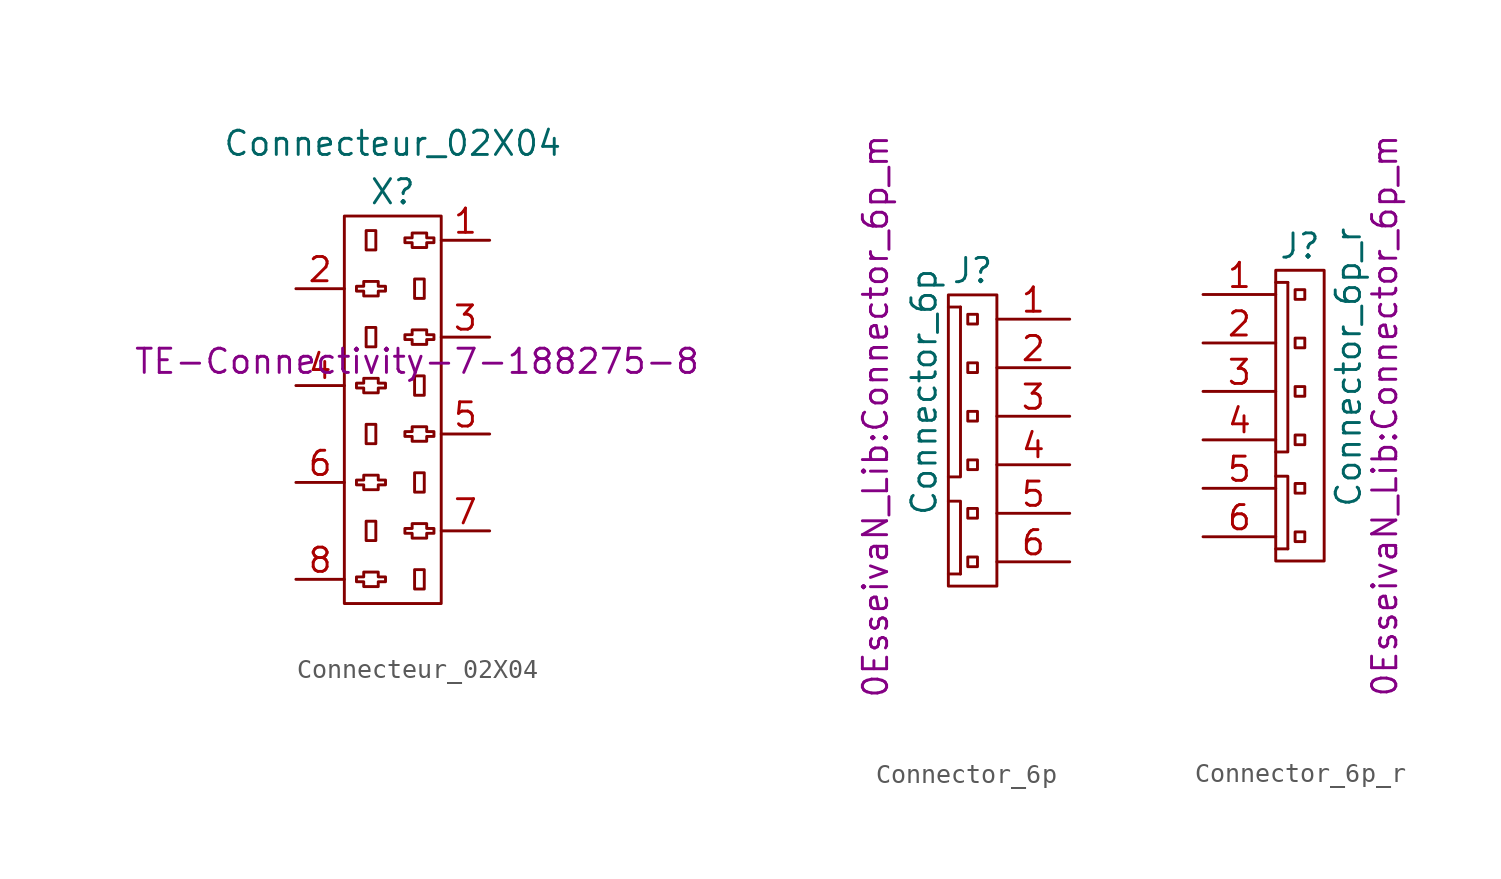
<source format=kicad_sym>
(kicad_symbol_lib
  (version 20211014)
  (generator kicad_symbol_editor)
  (symbol "Connecteur_02X04"
    (pin_names
      (offset 1.016) hide)
    (property "Reference" "X"
      (at 0 10.16 0)
      (effects (font (size 1.27 1.27))))
    (property "Value" "Connecteur_02X04"
      (at 0 12.7 0)
      (effects (font (size 1.27 1.27))))
    (property "Footprint" ""
      (at 1.27 1.27 0)
      (effects (font (size 1.27 1.27))))
    (property "Datasheet" "TE-Connectivity-7-188275-8"
      (at 1.27 1.27 0)
      (effects (font (size 1.27 1.27))))
    (symbol "Connecteur_02X04_0_1"
      (rectangle (start -2.54 8.89) (end 2.54 -11.43) (stroke (width 0) (type default) (color 0 0 0 0)) (fill (type none)))
      (polyline (pts (xy -1.397 -7.112) (xy -1.397 -8.128) (xy -0.889 -8.128) (xy -0.889 -7.112) (xy -1.397 -7.112)) (stroke (width 0) (type default) (color 0 0 0 0)) (fill (type none)))
      (polyline (pts (xy -1.397 -2.032) (xy -1.397 -3.048) (xy -0.889 -3.048) (xy -0.889 -2.032) (xy -1.397 -2.032)) (stroke (width 0) (type default) (color 0 0 0 0)) (fill (type none)))
      (polyline (pts (xy -1.397 3.048) (xy -1.397 2.032) (xy -0.889 2.032) (xy -0.889 3.048) (xy -1.397 3.048)) (stroke (width 0) (type default) (color 0 0 0 0)) (fill (type none)))
      (polyline (pts (xy -1.397 8.128) (xy -1.397 7.112) (xy -0.889 7.112) (xy -0.889 8.128) (xy -1.397 8.128)) (stroke (width 0) (type default) (color 0 0 0 0)) (fill (type none)))
      (polyline (pts (xy 1.143 -9.652) (xy 1.143 -10.668) (xy 1.651 -10.668) (xy 1.651 -9.652) (xy 1.143 -9.652)) (stroke (width 0) (type default) (color 0 0 0 0)) (fill (type none)))
      (polyline (pts (xy 1.143 -4.572) (xy 1.143 -5.588) (xy 1.651 -5.588) (xy 1.651 -4.572) (xy 1.143 -4.572)) (stroke (width 0) (type default) (color 0 0 0 0)) (fill (type none)))
      (polyline (pts (xy 1.143 0.508) (xy 1.143 -0.508) (xy 1.651 -0.508) (xy 1.651 0.508) (xy 1.143 0.508)) (stroke (width 0) (type default) (color 0 0 0 0)) (fill (type none)))
      (polyline (pts (xy 1.143 5.588) (xy 1.143 4.572) (xy 1.651 4.572) (xy 1.651 5.588) (xy 1.143 5.588)) (stroke (width 0) (type default) (color 0 0 0 0)) (fill (type none)))
      (polyline (pts (xy -1.905 -10.033) (xy -1.524 -10.033) (xy -1.524 -9.906) (xy -1.524 -9.779) (xy -0.762 -9.779) (xy -0.762 -10.033) (xy -0.381 -10.033) (xy -0.381 -10.287) (xy -0.762 -10.287) (xy -0.762 -10.541) (xy -0.889 -10.541) (xy -1.524 -10.541) (xy -1.524 -10.287) (xy -1.905 -10.287) (xy -1.905 -10.033)) (stroke (width 0) (type default) (color 0 0 0 0)) (fill (type none)))
      (polyline (pts (xy -1.905 -4.953) (xy -1.524 -4.953) (xy -1.524 -4.826) (xy -1.524 -4.699) (xy -0.762 -4.699) (xy -0.762 -4.953) (xy -0.381 -4.953) (xy -0.381 -5.207) (xy -0.762 -5.207) (xy -0.762 -5.461) (xy -0.889 -5.461) (xy -1.524 -5.461) (xy -1.524 -5.207) (xy -1.905 -5.207) (xy -1.905 -4.953)) (stroke (width 0) (type default) (color 0 0 0 0)) (fill (type none)))
      (polyline (pts (xy -1.905 0.127) (xy -1.524 0.127) (xy -1.524 0.254) (xy -1.524 0.381) (xy -0.762 0.381) (xy -0.762 0.127) (xy -0.381 0.127) (xy -0.381 -0.127) (xy -0.762 -0.127) (xy -0.762 -0.381) (xy -0.889 -0.381) (xy -1.524 -0.381) (xy -1.524 -0.127) (xy -1.905 -0.127) (xy -1.905 0.127)) (stroke (width 0) (type default) (color 0 0 0 0)) (fill (type none)))
      (polyline (pts (xy -1.905 5.207) (xy -1.524 5.207) (xy -1.524 5.334) (xy -1.524 5.461) (xy -0.762 5.461) (xy -0.762 5.207) (xy -0.381 5.207) (xy -0.381 4.953) (xy -0.762 4.953) (xy -0.762 4.699) (xy -0.889 4.699) (xy -1.524 4.699) (xy -1.524 4.953) (xy -1.905 4.953) (xy -1.905 5.207)) (stroke (width 0) (type default) (color 0 0 0 0)) (fill (type none)))
      (polyline (pts (xy 0.635 -7.493) (xy 1.016 -7.493) (xy 1.016 -7.366) (xy 1.016 -7.239) (xy 1.778 -7.239) (xy 1.778 -7.493) (xy 2.159 -7.493) (xy 2.159 -7.747) (xy 1.778 -7.747) (xy 1.778 -8.001) (xy 1.651 -8.001) (xy 1.016 -8.001) (xy 1.016 -7.747) (xy 0.635 -7.747) (xy 0.635 -7.493)) (stroke (width 0) (type default) (color 0 0 0 0)) (fill (type none)))
      (polyline (pts (xy 0.635 -2.413) (xy 1.016 -2.413) (xy 1.016 -2.286) (xy 1.016 -2.159) (xy 1.778 -2.159) (xy 1.778 -2.413) (xy 2.159 -2.413) (xy 2.159 -2.667) (xy 1.778 -2.667) (xy 1.778 -2.921) (xy 1.651 -2.921) (xy 1.016 -2.921) (xy 1.016 -2.667) (xy 0.635 -2.667) (xy 0.635 -2.413)) (stroke (width 0) (type default) (color 0 0 0 0)) (fill (type none)))
      (polyline (pts (xy 0.635 2.667) (xy 1.016 2.667) (xy 1.016 2.794) (xy 1.016 2.921) (xy 1.778 2.921) (xy 1.778 2.667) (xy 2.159 2.667) (xy 2.159 2.413) (xy 1.778 2.413) (xy 1.778 2.159) (xy 1.651 2.159) (xy 1.016 2.159) (xy 1.016 2.413) (xy 0.635 2.413) (xy 0.635 2.667)) (stroke (width 0) (type default) (color 0 0 0 0)) (fill (type none)))
      (polyline (pts (xy 0.635 7.747) (xy 1.016 7.747) (xy 1.016 7.874) (xy 1.016 8.001) (xy 1.778 8.001) (xy 1.778 7.747) (xy 2.159 7.747) (xy 2.159 7.493) (xy 1.778 7.493) (xy 1.778 7.239) (xy 1.651 7.239) (xy 1.016 7.239) (xy 1.016 7.493) (xy 0.635 7.493) (xy 0.635 7.747)) (stroke (width 0) (type default) (color 0 0 0 0)) (fill (type none))))
    (symbol "Connecteur_02X04_1_1"
      (pin power_out line (at 5.08 7.62 180) (length 2.54) (name "P1" (effects (font (size 1.27 1.27)))) (number "1" (effects (font (size 1.27 1.27)))))
      (pin power_out line (at -5.08 5.08 0) (length 2.54) (name "P2" (effects (font (size 1.27 1.27)))) (number "2" (effects (font (size 1.27 1.27)))))
      (pin passive line (at 5.08 2.54 180) (length 2.54) (name "P3" (effects (font (size 1.27 1.27)))) (number "3" (effects (font (size 1.27 1.27)))))
      (pin passive line (at -5.08 0 0) (length 2.54) (name "P4" (effects (font (size 1.27 1.27)))) (number "4" (effects (font (size 1.27 1.27)))))
      (pin passive line (at 5.08 -2.54 180) (length 2.54) (name "P5" (effects (font (size 1.27 1.27)))) (number "5" (effects (font (size 1.27 1.27)))))
      (pin passive line (at -5.08 -5.08 0) (length 2.54) (name "P6" (effects (font (size 1.27 1.27)))) (number "6" (effects (font (size 1.27 1.27)))))
      (pin output line (at 5.08 -7.62 180) (length 2.54) (name "P7" (effects (font (size 1.27 1.27)))) (number "7" (effects (font (size 1.27 1.27)))))
      (pin input line (at -5.08 -10.16 0) (length 2.54) (name "P8" (effects (font (size 1.27 1.27)))) (number "8" (effects (font (size 1.27 1.27)))))))
  (symbol "Connector_6p"
    (pin_names
      (offset 1.016) hide)
    (property "Reference" "J"
      (at 0 8.89 0)
      (effects (font (size 1.27 1.27))))
    (property "Value" "Connector_6p"
      (at -2.54 2.54 90)
      (effects (font (size 1.27 1.27))))
    (property "Footprint" "0EsseivaN_Lib:Connector_6p_m"
      (at -5.08 1.27 90)
      (effects (font (size 1.27 1.27))))
    (property "Datasheet" ""
      (at 3.81 -3.81 0)
      (effects (font (size 1.27 1.27))))
    (symbol "Connector_6p_0_1"
      (polyline (pts (xy -0.635 -6.985) (xy -1.27 -6.985)) (stroke (width 0.152) (type default) (color 0 0 0 0)) (fill (type none)))
      (polyline (pts (xy -0.635 6.985) (xy -1.27 6.985)) (stroke (width 0.152) (type default) (color 0 0 0 0)) (fill (type none)))
      (polyline (pts (xy -1.27 -1.905) (xy -0.635 -1.905) (xy -0.635 6.985)) (stroke (width 0.152) (type default) (color 0 0 0 0)) (fill (type none)))
      (polyline (pts (xy -0.635 -6.985) (xy -0.635 -3.175) (xy -1.27 -3.175)) (stroke (width 0.152) (type default) (color 0 0 0 0)) (fill (type none)))
      (rectangle (start 0.254 -6.096) (end -0.254 -6.604) (stroke (width 0.152) (type default) (color 0 0 0 0)) (fill (type none)))
      (rectangle (start 0.254 -3.556) (end -0.254 -4.064) (stroke (width 0.152) (type default) (color 0 0 0 0)) (fill (type none)))
      (rectangle (start 0.254 -1.016) (end -0.254 -1.524) (stroke (width 0.152) (type default) (color 0 0 0 0)) (fill (type none)))
      (rectangle (start 0.254 1.524) (end -0.254 1.016) (stroke (width 0.152) (type default) (color 0 0 0 0)) (fill (type none)))
      (rectangle (start 0.254 4.064) (end -0.254 3.556) (stroke (width 0.152) (type default) (color 0 0 0 0)) (fill (type none)))
      (rectangle (start 0.254 6.604) (end -0.254 6.096) (stroke (width 0.152) (type default) (color 0 0 0 0)) (fill (type none)))
      (rectangle (start 1.27 7.62) (end -1.27 -7.62) (stroke (width 0) (type default) (color 0 0 0 0)) (fill (type none))))
    (symbol "Connector_6p_1_1"
      (pin passive line (at 5.08 6.35 180) (length 3.81) (name "P1" (effects (font (size 1.27 1.27)))) (number "1" (effects (font (size 1.27 1.27)))))
      (pin passive line (at 5.08 3.81 180) (length 3.81) (name "P2" (effects (font (size 1.27 1.27)))) (number "2" (effects (font (size 1.27 1.27)))))
      (pin passive line (at 5.08 1.27 180) (length 3.81) (name "P3" (effects (font (size 1.27 1.27)))) (number "3" (effects (font (size 1.27 1.27)))))
      (pin passive line (at 5.08 -1.27 180) (length 3.81) (name "P4" (effects (font (size 1.27 1.27)))) (number "4" (effects (font (size 1.27 1.27)))))
      (pin passive line (at 5.08 -3.81 180) (length 3.81) (name "P5" (effects (font (size 1.27 1.27)))) (number "5" (effects (font (size 1.27 1.27)))))
      (pin passive line (at 5.08 -6.35 180) (length 3.81) (name "P6" (effects (font (size 1.27 1.27)))) (number "6" (effects (font (size 1.27 1.27)))))))
  (symbol "Connector_6p_r"
    (pin_names
      (offset 1.016) hide)
    (property "Reference" "J"
      (at 0 8.89 0)
      (effects (font (size 1.27 1.27))))
    (property "Value" "Connector_6p_r"
      (at 2.54 2.54 90)
      (effects (font (size 1.27 1.27))))
    (property "Footprint" "0EsseivaN_Lib:Connector_6p_m"
      (at 4.445 0 90)
      (effects (font (size 1.27 1.27))))
    (property "Datasheet" ""
      (at -3.81 -3.81 0)
      (effects (font (size 1.27 1.27))))
    (symbol "Connector_6p_r_0_1"
      (polyline (pts (xy -0.635 -6.985) (xy -1.27 -6.985)) (stroke (width 0.152) (type default) (color 0 0 0 0)) (fill (type none)))
      (polyline (pts (xy -0.635 6.985) (xy -1.27 6.985)) (stroke (width 0.152) (type default) (color 0 0 0 0)) (fill (type none)))
      (polyline (pts (xy -1.27 -1.905) (xy -0.635 -1.905) (xy -0.635 6.985)) (stroke (width 0.152) (type default) (color 0 0 0 0)) (fill (type none)))
      (polyline (pts (xy -0.635 -6.985) (xy -0.635 -3.175) (xy -1.27 -3.175)) (stroke (width 0.152) (type default) (color 0 0 0 0)) (fill (type none)))
      (rectangle (start 0.254 -6.096) (end -0.254 -6.604) (stroke (width 0.152) (type default) (color 0 0 0 0)) (fill (type none)))
      (rectangle (start 0.254 -3.556) (end -0.254 -4.064) (stroke (width 0.152) (type default) (color 0 0 0 0)) (fill (type none)))
      (rectangle (start 0.254 -1.016) (end -0.254 -1.524) (stroke (width 0.152) (type default) (color 0 0 0 0)) (fill (type none)))
      (rectangle (start 0.254 1.524) (end -0.254 1.016) (stroke (width 0.152) (type default) (color 0 0 0 0)) (fill (type none)))
      (rectangle (start 0.254 4.064) (end -0.254 3.556) (stroke (width 0.152) (type default) (color 0 0 0 0)) (fill (type none)))
      (rectangle (start 0.254 6.604) (end -0.254 6.096) (stroke (width 0.152) (type default) (color 0 0 0 0)) (fill (type none)))
      (rectangle (start 1.27 7.62) (end -1.27 -7.62) (stroke (width 0) (type default) (color 0 0 0 0)) (fill (type none))))
    (symbol "Connector_6p_r_1_1"
      (pin passive line (at -5.08 6.35 0) (length 3.81) (name "P1" (effects (font (size 1.27 1.27)))) (number "1" (effects (font (size 1.27 1.27)))))
      (pin passive line (at -5.08 3.81 0) (length 3.81) (name "P2" (effects (font (size 1.27 1.27)))) (number "2" (effects (font (size 1.27 1.27)))))
      (pin passive line (at -5.08 1.27 0) (length 3.81) (name "P3" (effects (font (size 1.27 1.27)))) (number "3" (effects (font (size 1.27 1.27)))))
      (pin passive line (at -5.08 -1.27 0) (length 3.81) (name "P4" (effects (font (size 1.27 1.27)))) (number "4" (effects (font (size 1.27 1.27)))))
      (pin passive line (at -5.08 -3.81 0) (length 3.81) (name "P5" (effects (font (size 1.27 1.27)))) (number "5" (effects (font (size 1.27 1.27)))))
      (pin passive line (at -5.08 -6.35 0) (length 3.81) (name "P6" (effects (font (size 1.27 1.27)))) (number "6" (effects (font (size 1.27 1.27))))))))
</source>
